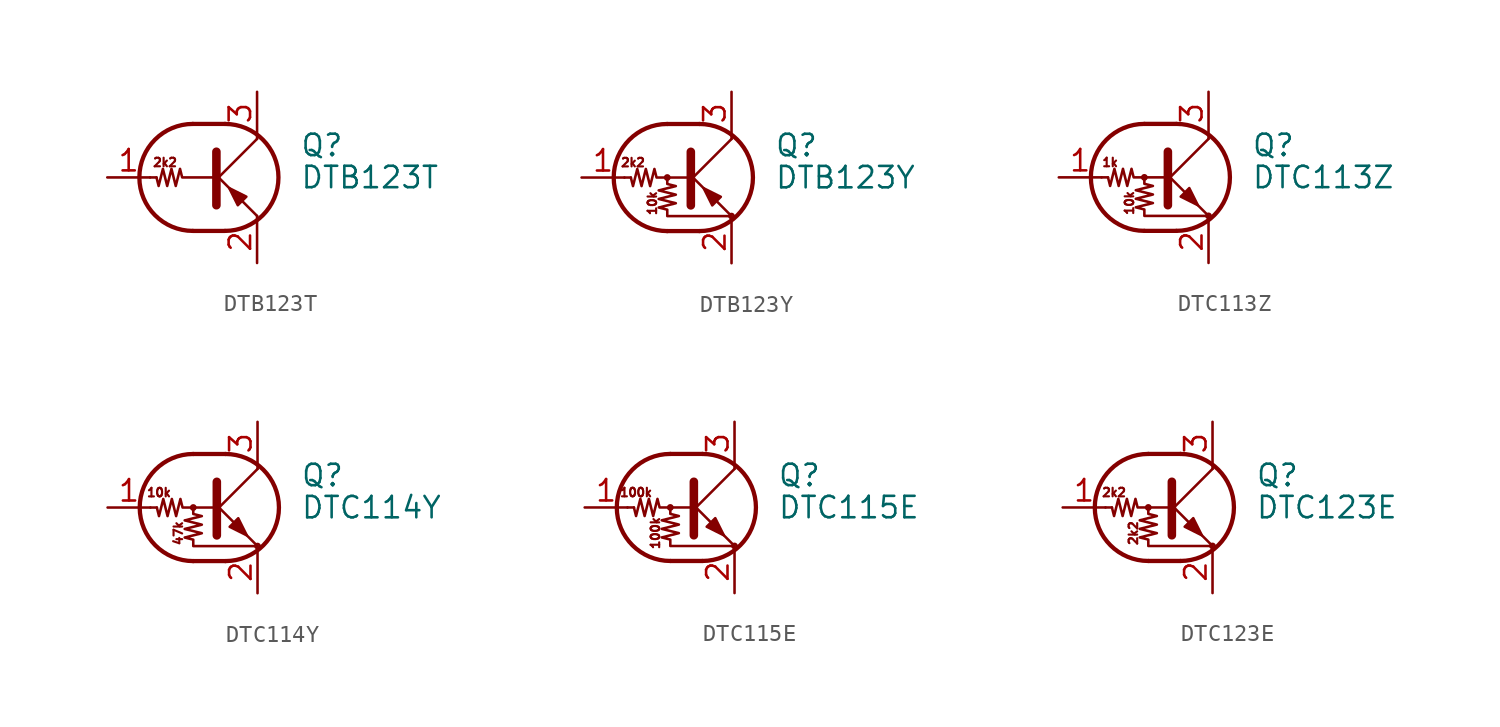
<source format=kicad_sym>
(kicad_symbol_lib
  (version 20220914)
  (generator kicad_symbol_editor)
  (symbol "DTB123T"
    (pin_names
      (offset 0) hide)
    (property "Reference" "Q"
      (at 5.08 1.905 0)
      (effects (font (size 1.27 1.27)) (justify left)))
    (property "Value" "DTB123T"
      (at 5.08 0 0)
      (effects (font (size 1.27 1.27)) (justify left)))
    (symbol "DTB123T_0_0"
      (polyline (pts (xy 2.54 -2.286) (xy 2.54 -2.54)) (stroke (width 0) (type default)) (fill (type none)))
      (text "2k2" (at -2.921 0.889 0) (effects (font (size 0.508 0.508)))))
    (symbol "DTB123T_0_1"
      (arc (start -1.27 3.175) (mid -4.4312 0) (end -1.27 -3.175) (stroke (width 0.254) (type default)) (fill (type none)))
      (polyline (pts (xy -3.429 0) (xy -3.81 0)) (stroke (width 0) (type default)) (fill (type none)))
      (polyline (pts (xy -1.27 -3.175) (xy 0.635 -3.175)) (stroke (width 0.254) (type default)) (fill (type none)))
      (polyline (pts (xy -1.27 3.175) (xy 0.635 3.175)) (stroke (width 0.254) (type default)) (fill (type none)))
      (polyline (pts (xy 0 -0.254) (xy 2.54 2.286)) (stroke (width 0) (type default)) (fill (type none)))
      (polyline (pts (xy 0.127 1.524) (xy 0.127 -1.651)) (stroke (width 0.508) (type default)) (fill (type outline)))
      (polyline (pts (xy 2.54 2.286) (xy 2.54 2.54)) (stroke (width 0) (type default)) (fill (type none)))
      (polyline (pts (xy 2.54 -2.286) (xy 0 0.254) (xy 0 0.254)) (stroke (width 0) (type default)) (fill (type none)))
      (polyline (pts (xy 1.397 -1.651) (xy 1.905 -1.143) (xy 0.889 -0.635) (xy 1.397 -1.651)) (stroke (width 0) (type default)) (fill (type outline)))
      (polyline (pts (xy 0 0) (xy -1.905 0) (xy -2.032 0.508) (xy -2.286 -0.508) (xy -2.54 0.508) (xy -2.794 -0.508) (xy -3.048 0.508) (xy -3.302 -0.508) (xy -3.429 0)) (stroke (width 0) (type default)) (fill (type none)))
      (arc (start 0.635 -3.175) (mid 3.7962 0) (end 0.635 3.175) (stroke (width 0.254) (type default)) (fill (type none))))
    (symbol "DTB123T_1_1"
      (pin input line (at -6.35 0 0) (length 2.54) (name "B" (effects (font (size 1.27 1.27)))) (number "1" (effects (font (size 1.27 1.27)))))
      (pin passive line (at 2.54 -5.08 90) (length 2.54) (name "E" (effects (font (size 1.27 1.27)))) (number "2" (effects (font (size 1.27 1.27)))))
      (pin passive line (at 2.54 5.08 270) (length 2.54) (name "C" (effects (font (size 1.27 1.27)))) (number "3" (effects (font (size 1.27 1.27)))))))
  (symbol "DTB123Y"
    (pin_names
      (offset 0) hide)
    (property "Reference" "Q"
      (at 5.08 1.905 0)
      (effects (font (size 1.27 1.27)) (justify left)))
    (property "Value" "DTB123Y"
      (at 5.08 0 0)
      (effects (font (size 1.27 1.27)) (justify left)))
    (symbol "DTB123Y_0_0"
      (text "10k" (at -2.159 -1.524 900) (effects (font (size 0.508 0.508))))
      (text "2k2" (at -3.302 0.889 0) (effects (font (size 0.508 0.508)))))
    (symbol "DTB123Y_0_1"
      (circle (center -1.27 0) (radius 0.127) (stroke (width 0) (type default)) (fill (type none)))
      (arc (start -1.27 3.175) (mid -4.4312 0) (end -1.27 -3.175) (stroke (width 0.254) (type default)) (fill (type none)))
      (polyline (pts (xy -3.429 0) (xy -3.81 0)) (stroke (width 0) (type default)) (fill (type none)))
      (polyline (pts (xy -1.27 -3.175) (xy 0.635 -3.175)) (stroke (width 0.254) (type default)) (fill (type none)))
      (polyline (pts (xy -1.27 3.175) (xy 0.635 3.175)) (stroke (width 0.254) (type default)) (fill (type none)))
      (polyline (pts (xy 0 -0.254) (xy 2.54 2.286)) (stroke (width 0) (type default)) (fill (type none)))
      (polyline (pts (xy 0.127 1.524) (xy 0.127 -1.651)) (stroke (width 0.508) (type default)) (fill (type outline)))
      (polyline (pts (xy 2.54 2.286) (xy 2.54 2.54)) (stroke (width 0) (type default)) (fill (type none)))
      (polyline (pts (xy 2.54 -2.286) (xy 0 0.254) (xy 0 0.254)) (stroke (width 0) (type default)) (fill (type none)))
      (polyline (pts (xy 1.397 -1.651) (xy 1.905 -1.143) (xy 0.889 -0.635) (xy 1.397 -1.651)) (stroke (width 0) (type default)) (fill (type outline)))
      (polyline (pts (xy 0 0) (xy -1.905 0) (xy -2.032 0.508) (xy -2.286 -0.508) (xy -2.54 0.508) (xy -2.794 -0.508) (xy -3.048 0.508) (xy -3.302 -0.508) (xy -3.429 0)) (stroke (width 0) (type default)) (fill (type none)))
      (polyline (pts (xy -1.27 0) (xy -1.27 -0.381) (xy -0.762 -0.508) (xy -1.778 -0.762) (xy -0.762 -1.016) (xy -1.778 -1.27) (xy -0.762 -1.524) (xy -1.778 -1.778) (xy -1.27 -1.905) (xy -1.27 -2.286) (xy 2.54 -2.286)) (stroke (width 0) (type default)) (fill (type none)))
      (arc (start 0.635 -3.175) (mid 3.7962 0) (end 0.635 3.175) (stroke (width 0.254) (type default)) (fill (type none)))
      (circle (center 2.54 -2.286) (radius 0.127) (stroke (width 0) (type default)) (fill (type none))))
    (symbol "DTB123Y_1_1"
      (pin input line (at -6.35 0 0) (length 2.54) (name "B" (effects (font (size 1.27 1.27)))) (number "1" (effects (font (size 1.27 1.27)))))
      (pin passive line (at 2.54 -5.08 90) (length 2.54) (name "E" (effects (font (size 1.27 1.27)))) (number "2" (effects (font (size 1.27 1.27)))))
      (pin passive line (at 2.54 5.08 270) (length 2.54) (name "C" (effects (font (size 1.27 1.27)))) (number "3" (effects (font (size 1.27 1.27)))))))
  (symbol "DTC113Z"
    (pin_names
      (offset 0) hide)
    (property "Reference" "Q"
      (at 5.08 1.905 0)
      (effects (font (size 1.27 1.27)) (justify left)))
    (property "Value" "DTC113Z"
      (at 5.08 0 0)
      (effects (font (size 1.27 1.27)) (justify left)))
    (symbol "DTC113Z_0_0"
      (text "10k" (at -2.159 -1.524 900) (effects (font (size 0.508 0.508))))
      (text "1k" (at -3.302 0.889 0) (effects (font (size 0.508 0.508)))))
    (symbol "DTC113Z_0_1"
      (circle (center -1.27 0) (radius 0.127) (stroke (width 0) (type default)) (fill (type none)))
      (arc (start -1.27 3.175) (mid -4.4312 0) (end -1.27 -3.175) (stroke (width 0.254) (type default)) (fill (type none)))
      (polyline (pts (xy -3.429 0) (xy -3.81 0)) (stroke (width 0) (type default)) (fill (type none)))
      (polyline (pts (xy -1.27 -3.175) (xy 0.635 -3.175)) (stroke (width 0.254) (type default)) (fill (type none)))
      (polyline (pts (xy -1.27 3.175) (xy 0.635 3.175)) (stroke (width 0.254) (type default)) (fill (type none)))
      (polyline (pts (xy 0 -0.254) (xy 2.54 2.286)) (stroke (width 0) (type default)) (fill (type none)))
      (polyline (pts (xy 0.127 1.524) (xy 0.127 -1.651)) (stroke (width 0.508) (type default)) (fill (type outline)))
      (polyline (pts (xy 2.54 2.286) (xy 2.54 2.54)) (stroke (width 0) (type default)) (fill (type none)))
      (polyline (pts (xy 2.54 -2.286) (xy 0 0.254) (xy 0 0.254)) (stroke (width 0) (type default)) (fill (type none)))
      (polyline (pts (xy 0.889 -1.143) (xy 1.397 -0.635) (xy 1.905 -1.651) (xy 0.889 -1.143)) (stroke (width 0) (type default)) (fill (type outline)))
      (polyline (pts (xy 0 0) (xy -1.905 0) (xy -2.032 0.508) (xy -2.286 -0.508) (xy -2.54 0.508) (xy -2.794 -0.508) (xy -3.048 0.508) (xy -3.302 -0.508) (xy -3.429 0)) (stroke (width 0) (type default)) (fill (type none)))
      (polyline (pts (xy -1.27 0) (xy -1.27 -0.381) (xy -0.762 -0.508) (xy -1.778 -0.762) (xy -0.762 -1.016) (xy -1.778 -1.27) (xy -0.762 -1.524) (xy -1.778 -1.778) (xy -1.27 -1.905) (xy -1.27 -2.286) (xy 2.54 -2.286)) (stroke (width 0) (type default)) (fill (type none)))
      (arc (start 0.635 -3.175) (mid 3.7962 0) (end 0.635 3.175) (stroke (width 0.254) (type default)) (fill (type none)))
      (circle (center 2.54 -2.286) (radius 0.127) (stroke (width 0) (type default)) (fill (type none))))
    (symbol "DTC113Z_1_1"
      (pin input line (at -6.35 0 0) (length 2.54) (name "B" (effects (font (size 1.27 1.27)))) (number "1" (effects (font (size 1.27 1.27)))))
      (pin passive line (at 2.54 -5.08 90) (length 2.54) (name "E" (effects (font (size 1.27 1.27)))) (number "2" (effects (font (size 1.27 1.27)))))
      (pin passive line (at 2.54 5.08 270) (length 2.54) (name "C" (effects (font (size 1.27 1.27)))) (number "3" (effects (font (size 1.27 1.27)))))))
  (symbol "DTC114Y"
    (pin_names
      (offset 0) hide)
    (property "Reference" "Q"
      (at 5.08 1.905 0)
      (effects (font (size 1.27 1.27)) (justify left)))
    (property "Value" "DTC114Y"
      (at 5.08 0 0)
      (effects (font (size 1.27 1.27)) (justify left)))
    (symbol "DTC114Y_0_0"
      (text "10k" (at -3.302 0.889 0) (effects (font (size 0.508 0.508))))
      (text "47k" (at -2.159 -1.524 900) (effects (font (size 0.508 0.508)))))
    (symbol "DTC114Y_0_1"
      (circle (center -1.27 0) (radius 0.127) (stroke (width 0) (type default)) (fill (type none)))
      (arc (start -1.27 3.175) (mid -4.4312 0) (end -1.27 -3.175) (stroke (width 0.254) (type default)) (fill (type none)))
      (polyline (pts (xy -3.429 0) (xy -3.81 0)) (stroke (width 0) (type default)) (fill (type none)))
      (polyline (pts (xy -1.27 -3.175) (xy 0.635 -3.175)) (stroke (width 0.254) (type default)) (fill (type none)))
      (polyline (pts (xy -1.27 3.175) (xy 0.635 3.175)) (stroke (width 0.254) (type default)) (fill (type none)))
      (polyline (pts (xy 0 -0.254) (xy 2.54 2.286)) (stroke (width 0) (type default)) (fill (type none)))
      (polyline (pts (xy 0.127 1.524) (xy 0.127 -1.651)) (stroke (width 0.508) (type default)) (fill (type outline)))
      (polyline (pts (xy 2.54 2.286) (xy 2.54 2.54)) (stroke (width 0) (type default)) (fill (type none)))
      (polyline (pts (xy 2.54 -2.286) (xy 0 0.254) (xy 0 0.254)) (stroke (width 0) (type default)) (fill (type none)))
      (polyline (pts (xy 0.889 -1.143) (xy 1.397 -0.635) (xy 1.905 -1.651) (xy 0.889 -1.143)) (stroke (width 0) (type default)) (fill (type outline)))
      (polyline (pts (xy 0 0) (xy -1.905 0) (xy -2.032 0.508) (xy -2.286 -0.508) (xy -2.54 0.508) (xy -2.794 -0.508) (xy -3.048 0.508) (xy -3.302 -0.508) (xy -3.429 0)) (stroke (width 0) (type default)) (fill (type none)))
      (polyline (pts (xy -1.27 0) (xy -1.27 -0.381) (xy -0.762 -0.508) (xy -1.778 -0.762) (xy -0.762 -1.016) (xy -1.778 -1.27) (xy -0.762 -1.524) (xy -1.778 -1.778) (xy -1.27 -1.905) (xy -1.27 -2.286) (xy 2.54 -2.286)) (stroke (width 0) (type default)) (fill (type none)))
      (arc (start 0.635 -3.175) (mid 3.7962 0) (end 0.635 3.175) (stroke (width 0.254) (type default)) (fill (type none)))
      (circle (center 2.54 -2.286) (radius 0.127) (stroke (width 0) (type default)) (fill (type none))))
    (symbol "DTC114Y_1_1"
      (pin input line (at -6.35 0 0) (length 2.54) (name "B" (effects (font (size 1.27 1.27)))) (number "1" (effects (font (size 1.27 1.27)))))
      (pin passive line (at 2.54 -5.08 90) (length 2.54) (name "E" (effects (font (size 1.27 1.27)))) (number "2" (effects (font (size 1.27 1.27)))))
      (pin passive line (at 2.54 5.08 270) (length 2.54) (name "C" (effects (font (size 1.27 1.27)))) (number "3" (effects (font (size 1.27 1.27)))))))
  (symbol "DTC115E"
    (pin_names
      (offset 0) hide)
    (property "Reference" "Q"
      (at 5.08 1.905 0)
      (effects (font (size 1.27 1.27)) (justify left)))
    (property "Value" "DTC115E"
      (at 5.08 0 0)
      (effects (font (size 1.27 1.27)) (justify left)))
    (symbol "DTC115E_0_0"
      (text "100k" (at -3.302 0.889 0) (effects (font (size 0.508 0.508))))
      (text "100k" (at -2.159 -1.524 900) (effects (font (size 0.508 0.508)))))
    (symbol "DTC115E_0_1"
      (circle (center -1.27 0) (radius 0.127) (stroke (width 0) (type default)) (fill (type none)))
      (arc (start -1.27 3.175) (mid -4.4312 0) (end -1.27 -3.175) (stroke (width 0.254) (type default)) (fill (type none)))
      (polyline (pts (xy -3.429 0) (xy -3.81 0)) (stroke (width 0) (type default)) (fill (type none)))
      (polyline (pts (xy -1.27 -3.175) (xy 0.635 -3.175)) (stroke (width 0.254) (type default)) (fill (type none)))
      (polyline (pts (xy -1.27 3.175) (xy 0.635 3.175)) (stroke (width 0.254) (type default)) (fill (type none)))
      (polyline (pts (xy 0 -0.254) (xy 2.54 2.286)) (stroke (width 0) (type default)) (fill (type none)))
      (polyline (pts (xy 0.127 1.524) (xy 0.127 -1.651)) (stroke (width 0.508) (type default)) (fill (type outline)))
      (polyline (pts (xy 2.54 2.286) (xy 2.54 2.54)) (stroke (width 0) (type default)) (fill (type none)))
      (polyline (pts (xy 2.54 -2.286) (xy 0 0.254) (xy 0 0.254)) (stroke (width 0) (type default)) (fill (type none)))
      (polyline (pts (xy 0.889 -1.143) (xy 1.397 -0.635) (xy 1.905 -1.651) (xy 0.889 -1.143)) (stroke (width 0) (type default)) (fill (type outline)))
      (polyline (pts (xy 0 0) (xy -1.905 0) (xy -2.032 0.508) (xy -2.286 -0.508) (xy -2.54 0.508) (xy -2.794 -0.508) (xy -3.048 0.508) (xy -3.302 -0.508) (xy -3.429 0)) (stroke (width 0) (type default)) (fill (type none)))
      (polyline (pts (xy -1.27 0) (xy -1.27 -0.381) (xy -0.762 -0.508) (xy -1.778 -0.762) (xy -0.762 -1.016) (xy -1.778 -1.27) (xy -0.762 -1.524) (xy -1.778 -1.778) (xy -1.27 -1.905) (xy -1.27 -2.286) (xy 2.54 -2.286)) (stroke (width 0) (type default)) (fill (type none)))
      (arc (start 0.635 -3.175) (mid 3.7962 0) (end 0.635 3.175) (stroke (width 0.254) (type default)) (fill (type none)))
      (circle (center 2.54 -2.286) (radius 0.127) (stroke (width 0) (type default)) (fill (type none))))
    (symbol "DTC115E_1_1"
      (pin input line (at -6.35 0 0) (length 2.54) (name "B" (effects (font (size 1.27 1.27)))) (number "1" (effects (font (size 1.27 1.27)))))
      (pin passive line (at 2.54 -5.08 90) (length 2.54) (name "E" (effects (font (size 1.27 1.27)))) (number "2" (effects (font (size 1.27 1.27)))))
      (pin passive line (at 2.54 5.08 270) (length 2.54) (name "C" (effects (font (size 1.27 1.27)))) (number "3" (effects (font (size 1.27 1.27)))))))
  (symbol "DTC123E"
    (pin_names
      (offset 0) hide)
    (property "Reference" "Q"
      (at 5.08 1.905 0)
      (effects (font (size 1.27 1.27)) (justify left)))
    (property "Value" "DTC123E"
      (at 5.08 0 0)
      (effects (font (size 1.27 1.27)) (justify left)))
    (symbol "DTC123E_0_0"
      (text "2k2" (at -3.302 0.889 0) (effects (font (size 0.508 0.508))))
      (text "2k2" (at -2.159 -1.524 900) (effects (font (size 0.508 0.508)))))
    (symbol "DTC123E_0_1"
      (circle (center -1.27 0) (radius 0.127) (stroke (width 0) (type default)) (fill (type none)))
      (arc (start -1.27 3.175) (mid -4.4312 0) (end -1.27 -3.175) (stroke (width 0.254) (type default)) (fill (type none)))
      (polyline (pts (xy -3.429 0) (xy -3.81 0)) (stroke (width 0) (type default)) (fill (type none)))
      (polyline (pts (xy -1.27 -3.175) (xy 0.635 -3.175)) (stroke (width 0.254) (type default)) (fill (type none)))
      (polyline (pts (xy -1.27 3.175) (xy 0.635 3.175)) (stroke (width 0.254) (type default)) (fill (type none)))
      (polyline (pts (xy 0 -0.254) (xy 2.54 2.286)) (stroke (width 0) (type default)) (fill (type none)))
      (polyline (pts (xy 0.127 1.524) (xy 0.127 -1.651)) (stroke (width 0.508) (type default)) (fill (type outline)))
      (polyline (pts (xy 2.54 2.286) (xy 2.54 2.54)) (stroke (width 0) (type default)) (fill (type none)))
      (polyline (pts (xy 2.54 -2.286) (xy 0 0.254) (xy 0 0.254)) (stroke (width 0) (type default)) (fill (type none)))
      (polyline (pts (xy 0.889 -1.143) (xy 1.397 -0.635) (xy 1.905 -1.651) (xy 0.889 -1.143)) (stroke (width 0) (type default)) (fill (type outline)))
      (polyline (pts (xy 0 0) (xy -1.905 0) (xy -2.032 0.508) (xy -2.286 -0.508) (xy -2.54 0.508) (xy -2.794 -0.508) (xy -3.048 0.508) (xy -3.302 -0.508) (xy -3.429 0)) (stroke (width 0) (type default)) (fill (type none)))
      (polyline (pts (xy -1.27 0) (xy -1.27 -0.381) (xy -0.762 -0.508) (xy -1.778 -0.762) (xy -0.762 -1.016) (xy -1.778 -1.27) (xy -0.762 -1.524) (xy -1.778 -1.778) (xy -1.27 -1.905) (xy -1.27 -2.286) (xy 2.54 -2.286)) (stroke (width 0) (type default)) (fill (type none)))
      (arc (start 0.635 -3.175) (mid 3.7962 0) (end 0.635 3.175) (stroke (width 0.254) (type default)) (fill (type none)))
      (circle (center 2.54 -2.286) (radius 0.127) (stroke (width 0) (type default)) (fill (type none))))
    (symbol "DTC123E_1_1"
      (pin input line (at -6.35 0 0) (length 2.54) (name "B" (effects (font (size 1.27 1.27)))) (number "1" (effects (font (size 1.27 1.27)))))
      (pin passive line (at 2.54 -5.08 90) (length 2.54) (name "E" (effects (font (size 1.27 1.27)))) (number "2" (effects (font (size 1.27 1.27)))))
      (pin passive line (at 2.54 5.08 270) (length 2.54) (name "C" (effects (font (size 1.27 1.27)))) (number "3" (effects (font (size 1.27 1.27))))))))
</source>
